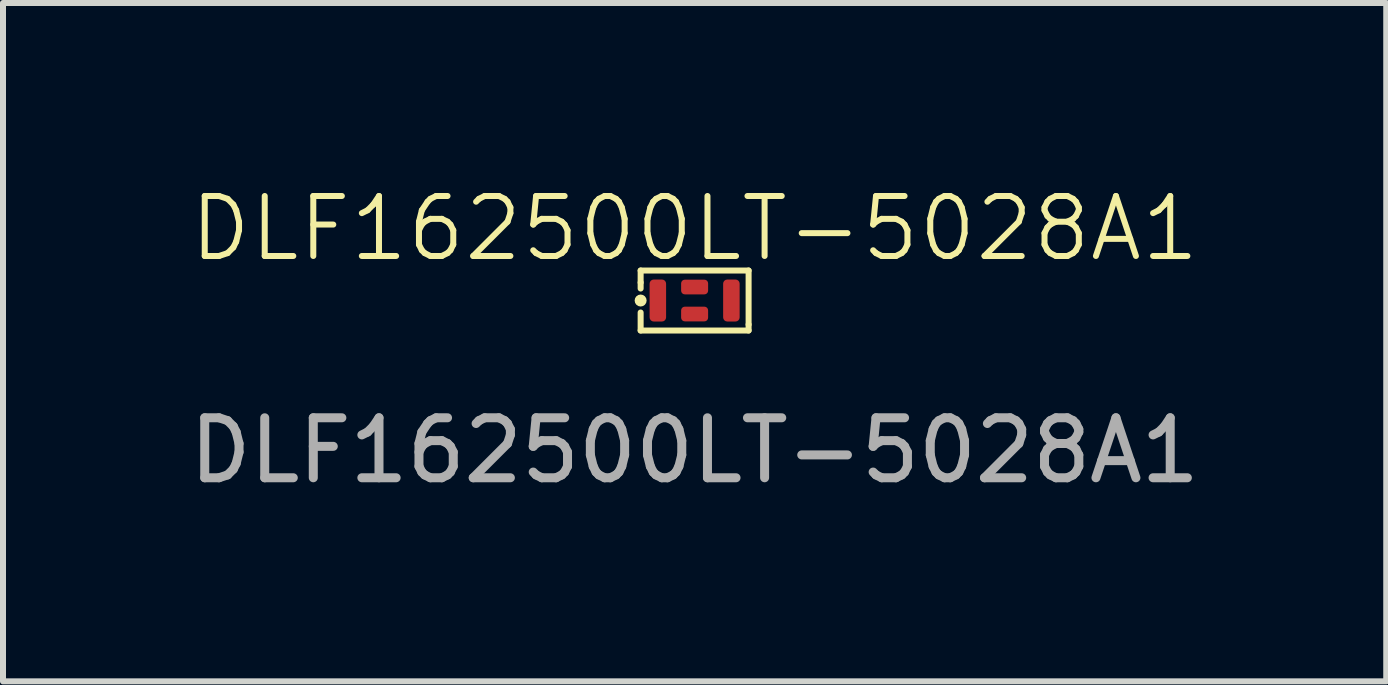
<source format=kicad_pcb>
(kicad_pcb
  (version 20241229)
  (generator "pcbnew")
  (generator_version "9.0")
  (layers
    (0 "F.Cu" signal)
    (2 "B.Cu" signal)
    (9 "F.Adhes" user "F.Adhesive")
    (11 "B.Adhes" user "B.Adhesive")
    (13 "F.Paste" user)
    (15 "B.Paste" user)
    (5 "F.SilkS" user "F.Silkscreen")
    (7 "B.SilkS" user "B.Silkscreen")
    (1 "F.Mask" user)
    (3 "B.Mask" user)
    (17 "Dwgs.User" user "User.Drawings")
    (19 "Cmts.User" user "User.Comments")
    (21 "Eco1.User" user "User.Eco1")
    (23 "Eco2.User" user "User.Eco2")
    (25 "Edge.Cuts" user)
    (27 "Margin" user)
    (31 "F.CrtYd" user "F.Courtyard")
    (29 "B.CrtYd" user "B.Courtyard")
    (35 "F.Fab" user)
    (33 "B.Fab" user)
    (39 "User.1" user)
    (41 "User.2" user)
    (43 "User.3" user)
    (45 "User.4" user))
  (footprint "DLF162500LT-5028A1"
    (layer "F.Cu")
    (at 8.53 1.96)
    (property "Reference" "DLF162500LT-5028A1" (at 0 -1.2 0) (unlocked yes) (layer "F.SilkS") (effects (font (size 1 1) (thickness 0.1))))
    (attr smd)
    (fp_line (start -0.9 -0.5) (end 0.9 -0.5) (stroke (width 0.1) (type default)) (layer "F.SilkS"))
    (fp_line (start -0.9 -0.3) (end -0.9 -0.5) (stroke (width 0.1) (type default)) (layer "F.SilkS"))
    (fp_line (start -0.9 -0.3) (end -0.9 -0.2) (stroke (width 0.1) (type default)) (layer "F.SilkS"))
    (fp_line (start -0.9 0.5) (end -0.9 0.2) (stroke (width 0.1) (type default)) (layer "F.SilkS"))
    (fp_line (start 0.9 -0.5) (end 0.9 0.4) (stroke (width 0.1) (type default)) (layer "F.SilkS"))
    (fp_line (start 0.9 0.4) (end 0.9 0.5) (stroke (width 0.1) (type default)) (layer "F.SilkS"))
    (fp_line (start 0.9 0.5) (end -0.9 0.5) (stroke (width 0.1) (type default)) (layer "F.SilkS"))
    (fp_circle (center -0.9 0) (end -0.9 0) (stroke (width 0.1) (type default)) (fill no) (layer "F.SilkS"))
    (fp_text user "${REFERENCE}" (at 0 2.5 0) (unlocked yes) (layer "F.Fab") (effects (font (size 1 1) (thickness 0.15))))
    (pad "1" smd roundrect (at -0.613 0) (size 0.275 0.7) (layers "F.Cu" "F.Mask" "F.Paste") (roundrect_rratio 0.25))
    (pad "2" smd roundrect (at 0 0.225) (size 0.45 0.245) (layers "F.Cu" "F.Mask" "F.Paste") (roundrect_rratio 0.25))
    (pad "3" smd roundrect (at 0.613 0) (size 0.275 0.7) (layers "F.Cu" "F.Mask" "F.Paste") (roundrect_rratio 0.25))
    (pad "4" smd roundrect (at 0 -0.225) (size 0.45 0.245) (layers "F.Cu" "F.Mask" "F.Paste") (roundrect_rratio 0.25)))
  (gr_rect
    (start -3 -3)
    (end 20.06 8.309)
    (stroke (width 0.1) (type default))
    (fill no)
    (layer "Edge.Cuts")))
</source>
